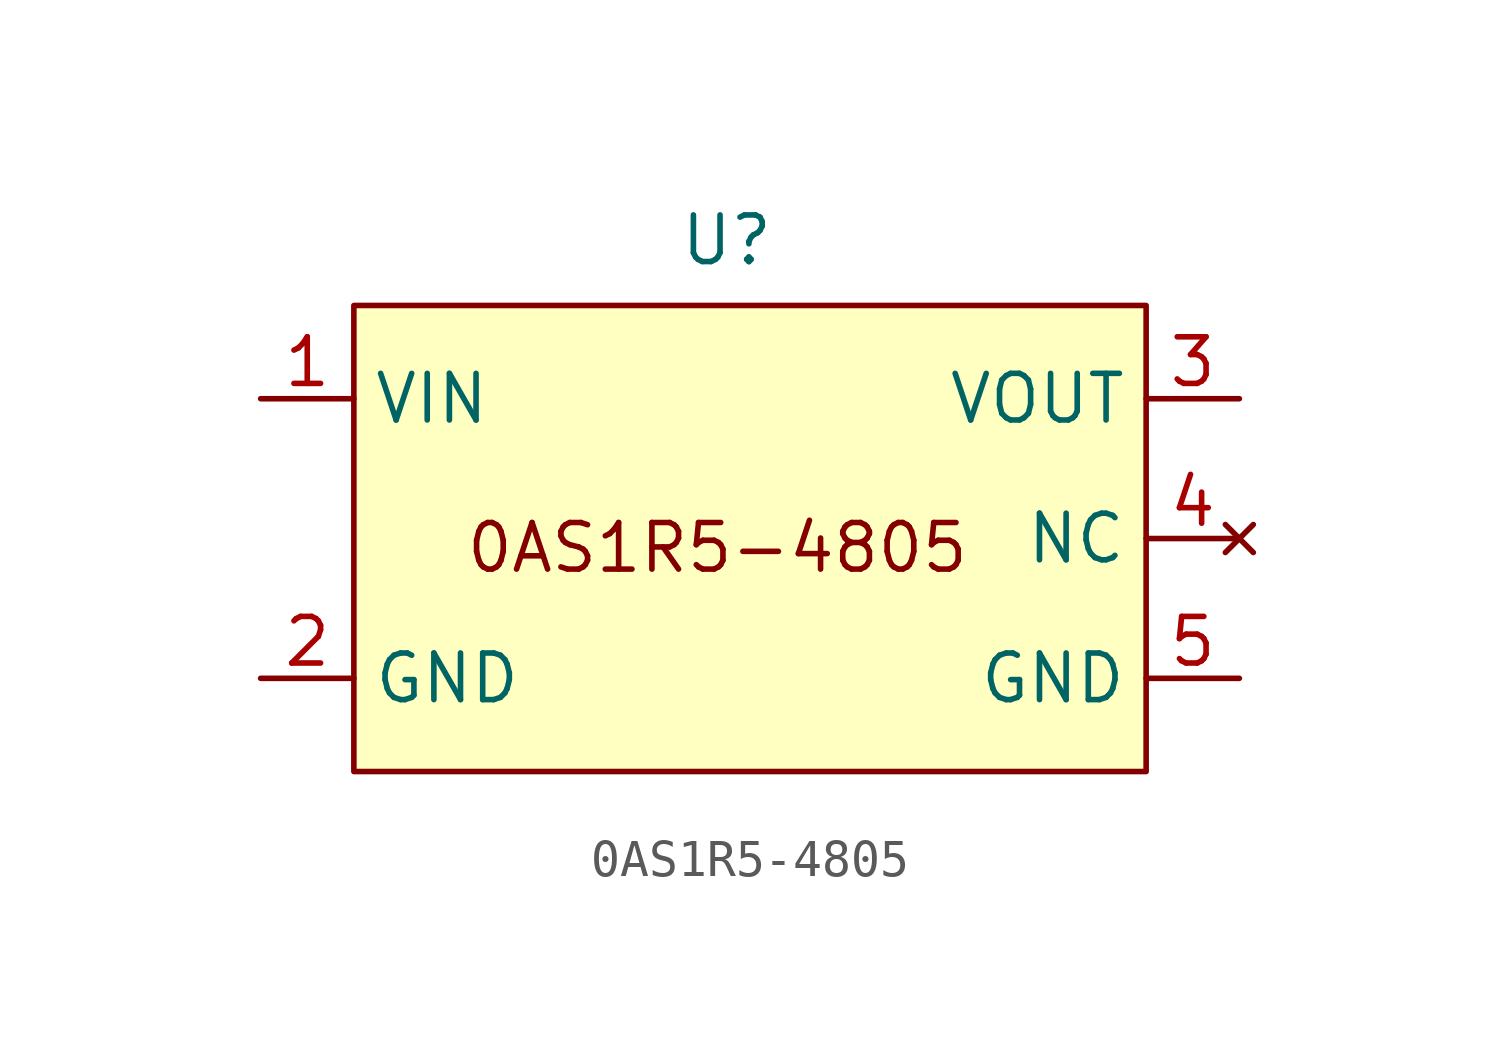
<source format=kicad_sym>
(kicad_symbol_lib
  (version 20231120)
  (generator "kicad_symbol_editor")
  (generator_version "8.0")
  (symbol "0AS1R5-4805"
    (property "Reference" "U"
      (at 0 6.858 0)
      (effects (font (size 1.27 1.27))))
    (property "Value" ""
      (at 3.81 2.54 0)
      (effects (font (size 1.27 1.27))))
    (symbol "0AS1R5-4805_1_1"
      (rectangle (start -10.16 5.08) (end 11.43 -7.62) (stroke (width 0) (type default)) (fill (type background)))
      (text "0AS1R5-4805" (at -0.254 -1.524 0) (effects (font (size 1.27 1.27))))
      (pin power_in line (at -12.7 2.54 0) (length 2.54) (name "VIN" (effects (font (size 1.27 1.27)))) (number "1" (effects (font (size 1.27 1.27)))))
      (pin passive line (at -12.7 -5.08 0) (length 2.54) (name "GND" (effects (font (size 1.27 1.27)))) (number "2" (effects (font (size 1.27 1.27)))))
      (pin power_out line (at 13.97 2.54 180) (length 2.54) (name "VOUT" (effects (font (size 1.27 1.27)))) (number "3" (effects (font (size 1.27 1.27)))))
      (pin no_connect line (at 13.97 -1.27 180) (length 2.54) (name "NC" (effects (font (size 1.27 1.27)))) (number "4" (effects (font (size 1.27 1.27)))))
      (pin passive line (at 13.97 -5.08 180) (length 2.54) (name "GND" (effects (font (size 1.27 1.27)))) (number "5" (effects (font (size 1.27 1.27))))))))
</source>
